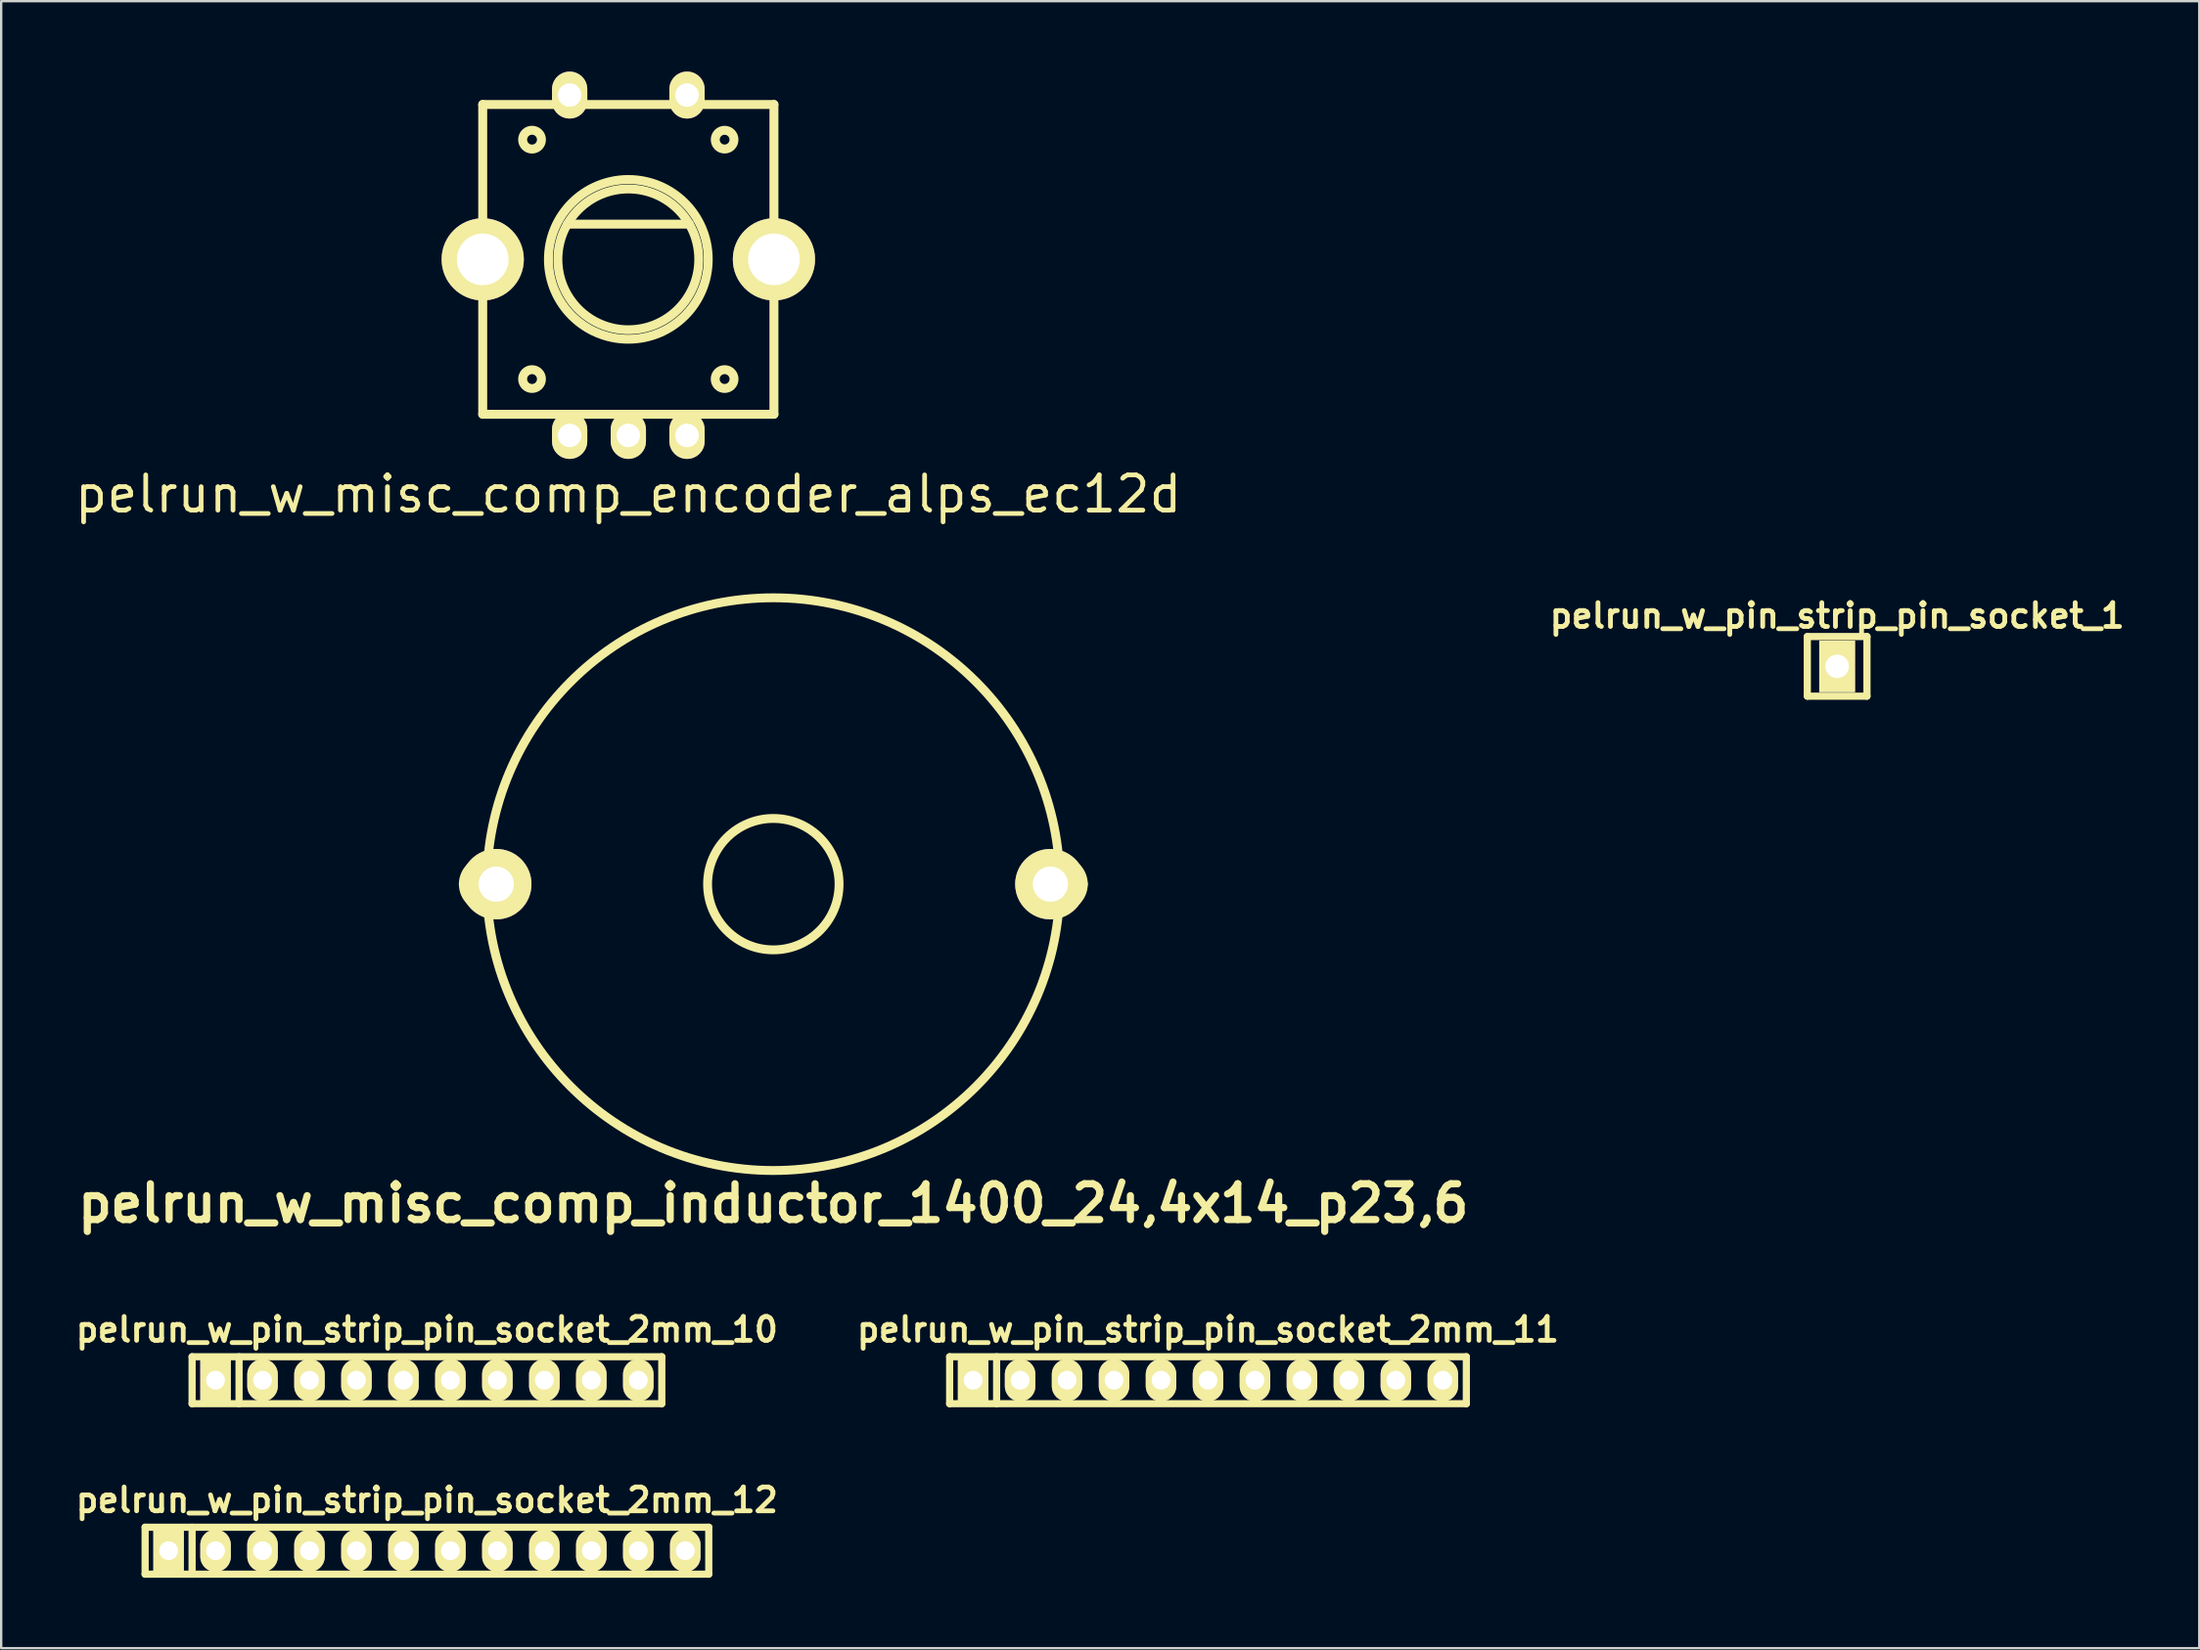
<source format=kicad_pcb>
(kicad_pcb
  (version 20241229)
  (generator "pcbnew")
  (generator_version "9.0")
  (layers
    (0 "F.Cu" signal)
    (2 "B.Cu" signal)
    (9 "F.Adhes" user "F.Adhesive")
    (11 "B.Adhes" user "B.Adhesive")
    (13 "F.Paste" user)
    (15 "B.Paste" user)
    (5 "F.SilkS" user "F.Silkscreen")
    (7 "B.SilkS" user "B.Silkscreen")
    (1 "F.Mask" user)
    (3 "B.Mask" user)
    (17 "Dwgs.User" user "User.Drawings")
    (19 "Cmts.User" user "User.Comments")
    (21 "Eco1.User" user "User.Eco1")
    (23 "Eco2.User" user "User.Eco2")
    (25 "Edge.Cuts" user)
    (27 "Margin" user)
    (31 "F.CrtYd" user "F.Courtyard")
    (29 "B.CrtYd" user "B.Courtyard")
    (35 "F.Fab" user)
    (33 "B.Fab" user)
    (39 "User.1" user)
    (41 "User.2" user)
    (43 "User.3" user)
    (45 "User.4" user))
  (footprint "pelrun_w_pin_strip_pin_socket_1"
    (layer "F.Cu")
    (at 75.175 25.34)
    (property "Reference" "pelrun_w_pin_strip_pin_socket_1" (at 0 -2.159 0) (layer "F.SilkS") (effects (font (size 1.016 1.016) (thickness 0.203))))
    (attr through_hole)
    (fp_line (start -1.27 -1.27) (end 1.27 -1.27) (stroke (width 0.305) (type solid)) (layer "F.SilkS"))
    (fp_line (start -1.27 1.27) (end -1.27 -1.27) (stroke (width 0.305) (type solid)) (layer "F.SilkS"))
    (fp_line (start 1.27 -1.27) (end 1.27 1.27) (stroke (width 0.305) (type solid)) (layer "F.SilkS"))
    (fp_line (start 1.27 1.27) (end -1.27 1.27) (stroke (width 0.305) (type solid)) (layer "F.SilkS"))
    (pad "1" thru_hole rect (at 0 0) (size 1.524 2.2) (drill 1.001) (layers "*.Cu" "*.Mask" "F.SilkS")))
  (footprint "pelrun_w_misc_comp_inductor_1400_24,4x14_p23,6"
    (layer "F.Cu")
    (at 29.878 34.619)
    (property "Reference" "pelrun_w_misc_comp_inductor_1400_24,4x14_p23,6" (at 0 13.599 0) (layer "F.SilkS") (effects (font (size 1.524 1.524) (thickness 0.305))))
    (attr through_hole)
    (fp_arc (start -13.20038 0) (mid -12.907264 -0.707644) (end -12.19962 -1.00076) (stroke (width 0.37846) (type solid)) (layer "F.SilkS"))
    (fp_arc (start -12.19962 1.00076) (mid -12.907264 0.707644) (end -13.20038 0) (stroke (width 0.37846) (type solid)) (layer "F.SilkS"))
    (fp_arc (start 12.19962 -1.00076) (mid 12.907264 -0.707644) (end 13.20038 0) (stroke (width 0.37846) (type solid)) (layer "F.SilkS"))
    (fp_arc (start 13.20038 0) (mid 12.907264 0.707644) (end 12.19962 1.00076) (stroke (width 0.37846) (type solid)) (layer "F.SilkS"))
    (fp_circle (center 0 0) (end -12.2 0) (stroke (width 0.378) (type solid)) (fill no) (layer "F.SilkS"))
    (fp_circle (center 0 0) (end -2.799 0) (stroke (width 0.378) (type solid)) (fill no) (layer "F.SilkS"))
    (pad "1" thru_hole circle (at 11.798 0) (size 3 3) (drill 1.499) (layers "*.Cu" "*.Mask" "F.SilkS"))
    (pad "2" thru_hole circle (at -11.798 0) (size 3 3) (drill 1.499) (layers "*.Cu" "*.Mask" "F.SilkS")))
  (footprint "pelrun_w_misc_comp_encoder_alps_ec12d"
    (layer "F.Cu")
    (at 23.704 8)
    (property "Reference" "pelrun_w_misc_comp_encoder_alps_ec12d" (at 0 10 0) (layer "F.SilkS") (effects (font (size 1.501 1.501) (thickness 0.201))))
    (attr through_hole)
    (fp_line (start -6.2 -6.599) (end -6.2 6.599) (stroke (width 0.381) (type solid)) (layer "F.SilkS"))
    (fp_line (start -6.2 6.599) (end 6.2 6.599) (stroke (width 0.381) (type solid)) (layer "F.SilkS"))
    (fp_line (start -2.601 -1.501) (end 2.601 -1.501) (stroke (width 0.381) (type solid)) (layer "F.SilkS"))
    (fp_line (start 6.2 -6.599) (end -6.2 -6.599) (stroke (width 0.381) (type solid)) (layer "F.SilkS"))
    (fp_line (start 6.2 6.599) (end 6.2 -6.599) (stroke (width 0.381) (type solid)) (layer "F.SilkS"))
    (fp_circle (center -4.1 -5.1) (end -4.501 -5.1) (stroke (width 0.381) (type solid)) (fill no) (layer "F.SilkS"))
    (fp_circle (center -4.1 5.1) (end -4.501 5.1) (stroke (width 0.381) (type solid)) (fill no) (layer "F.SilkS"))
    (fp_circle (center 0 0) (end -3.401 0) (stroke (width 0.381) (type solid)) (fill no) (layer "F.SilkS"))
    (fp_circle (center 0 0) (end -3 0) (stroke (width 0.381) (type solid)) (fill no) (layer "F.SilkS"))
    (fp_circle (center 4.1 -5.1) (end 3.701 -5.1) (stroke (width 0.381) (type solid)) (fill no) (layer "F.SilkS"))
    (fp_circle (center 4.1 5.1) (end 4.501 5.1) (stroke (width 0.381) (type solid)) (fill no) (layer "F.SilkS"))
    (pad "" thru_hole circle (at -6.2 0) (size 3.5 3.5) (drill 2.2) (layers "*.Cu" "*.Mask" "F.SilkS"))
    (pad "" thru_hole circle (at 6.2 0) (size 3.5 3.5) (drill 2.2) (layers "*.Cu" "*.Mask" "F.SilkS"))
    (pad "1" thru_hole oval (at -2.499 7.501) (size 1.501 1.999) (drill 1.001) (layers "*.Cu" "*.Mask" "F.SilkS"))
    (pad "2" thru_hole oval (at 0 7.501) (size 1.501 1.999) (drill 1.001) (layers "*.Cu" "*.Mask" "F.SilkS"))
    (pad "3" thru_hole oval (at 2.499 7.501) (size 1.501 1.999) (drill 1.001) (layers "*.Cu" "*.Mask" "F.SilkS"))
    (pad "4" thru_hole oval (at 2.499 -7) (size 1.501 1.999) (drill 1.001) (layers "*.Cu" "*.Mask" "F.SilkS"))
    (pad "5" thru_hole oval (at -2.499 -7) (size 1.501 1.999) (drill 1.001) (layers "*.Cu" "*.Mask" "F.SilkS")))
  (footprint "pelrun_w_pin_strip_pin_socket_2mm_10"
    (layer "F.Cu")
    (at 15.129 55.754)
    (property "Reference" "pelrun_w_pin_strip_pin_socket_2mm_10" (at 0 -2.159 0) (layer "F.SilkS") (effects (font (size 1.016 1.016) (thickness 0.203))))
    (attr through_hole)
    (fp_line (start -10 -1) (end 10 -1) (stroke (width 0.305) (type solid)) (layer "F.SilkS"))
    (fp_line (start -10 1) (end -10 -1) (stroke (width 0.305) (type solid)) (layer "F.SilkS"))
    (fp_line (start -8 -1) (end -8 1) (stroke (width 0.305) (type solid)) (layer "F.SilkS"))
    (fp_line (start 10 -1) (end 10 1) (stroke (width 0.305) (type solid)) (layer "F.SilkS"))
    (fp_line (start 10 1) (end -10 1) (stroke (width 0.305) (type solid)) (layer "F.SilkS"))
    (pad "1" thru_hole rect (at -9 0) (size 1.3 1.8) (drill 0.8) (layers "*.Cu" "*.Mask" "F.SilkS"))
    (pad "2" thru_hole oval (at -7 0) (size 1.3 1.8) (drill 0.8) (layers "*.Cu" "*.Mask" "F.SilkS"))
    (pad "3" thru_hole oval (at -5 0) (size 1.3 1.8) (drill 0.8) (layers "*.Cu" "*.Mask" "F.SilkS"))
    (pad "4" thru_hole oval (at -3 0) (size 1.3 1.8) (drill 0.8) (layers "*.Cu" "*.Mask" "F.SilkS"))
    (pad "5" thru_hole oval (at -1 0) (size 1.3 1.8) (drill 0.8) (layers "*.Cu" "*.Mask" "F.SilkS"))
    (pad "6" thru_hole oval (at 1 0) (size 1.3 1.8) (drill 0.8) (layers "*.Cu" "*.Mask" "F.SilkS"))
    (pad "7" thru_hole oval (at 3 0) (size 1.3 1.8) (drill 0.8) (layers "*.Cu" "*.Mask" "F.SilkS"))
    (pad "8" thru_hole oval (at 5 0) (size 1.3 1.8) (drill 0.8) (layers "*.Cu" "*.Mask" "F.SilkS"))
    (pad "9" thru_hole oval (at 7 0) (size 1.3 1.8) (drill 0.8) (layers "*.Cu" "*.Mask" "F.SilkS"))
    (pad "10" thru_hole oval (at 9 0) (size 1.3 1.8) (drill 0.8) (layers "*.Cu" "*.Mask" "F.SilkS")))
  (footprint "pelrun_w_pin_strip_pin_socket_2mm_12"
    (layer "F.Cu")
    (at 15.129 63.017)
    (property "Reference" "pelrun_w_pin_strip_pin_socket_2mm_12" (at 0 -2.159 0) (layer "F.SilkS") (effects (font (size 1.016 1.016) (thickness 0.203))))
    (attr through_hole)
    (fp_line (start -12 -1) (end 12 -1) (stroke (width 0.305) (type solid)) (layer "F.SilkS"))
    (fp_line (start -12 1) (end -12 -1) (stroke (width 0.305) (type solid)) (layer "F.SilkS"))
    (fp_line (start -10 -1) (end -10 1) (stroke (width 0.305) (type solid)) (layer "F.SilkS"))
    (fp_line (start 12 -1) (end 12 1) (stroke (width 0.305) (type solid)) (layer "F.SilkS"))
    (fp_line (start 12 1) (end -12 1) (stroke (width 0.305) (type solid)) (layer "F.SilkS"))
    (pad "1" thru_hole rect (at -11 0) (size 1.3 1.8) (drill 0.8) (layers "*.Cu" "*.Mask" "F.SilkS"))
    (pad "2" thru_hole oval (at -9 0) (size 1.3 1.8) (drill 0.8) (layers "*.Cu" "*.Mask" "F.SilkS"))
    (pad "3" thru_hole oval (at -7 0) (size 1.3 1.8) (drill 0.8) (layers "*.Cu" "*.Mask" "F.SilkS"))
    (pad "4" thru_hole oval (at -5 0) (size 1.3 1.8) (drill 0.8) (layers "*.Cu" "*.Mask" "F.SilkS"))
    (pad "5" thru_hole oval (at -3 0) (size 1.3 1.8) (drill 0.8) (layers "*.Cu" "*.Mask" "F.SilkS"))
    (pad "6" thru_hole oval (at -1 0) (size 1.3 1.8) (drill 0.8) (layers "*.Cu" "*.Mask" "F.SilkS"))
    (pad "7" thru_hole oval (at 1 0) (size 1.3 1.8) (drill 0.8) (layers "*.Cu" "*.Mask" "F.SilkS"))
    (pad "8" thru_hole oval (at 3 0) (size 1.3 1.8) (drill 0.8) (layers "*.Cu" "*.Mask" "F.SilkS"))
    (pad "9" thru_hole oval (at 5 0) (size 1.3 1.8) (drill 0.8) (layers "*.Cu" "*.Mask" "F.SilkS"))
    (pad "10" thru_hole oval (at 7 0) (size 1.3 1.8) (drill 0.8) (layers "*.Cu" "*.Mask" "F.SilkS"))
    (pad "11" thru_hole oval (at 9 0) (size 1.3 1.8) (drill 0.8) (layers "*.Cu" "*.Mask" "F.SilkS"))
    (pad "12" thru_hole oval (at 11 0) (size 1.3 1.8) (drill 0.8) (layers "*.Cu" "*.Mask" "F.SilkS")))
  (footprint "pelrun_w_pin_strip_pin_socket_2mm_11"
    (layer "F.Cu")
    (at 48.386 55.754)
    (property "Reference" "pelrun_w_pin_strip_pin_socket_2mm_11" (at 0 -2.159 0) (layer "F.SilkS") (effects (font (size 1.016 1.016) (thickness 0.203))))
    (attr through_hole)
    (fp_line (start -11 -1) (end 11 -1) (stroke (width 0.305) (type solid)) (layer "F.SilkS"))
    (fp_line (start -11 1) (end -11 -1) (stroke (width 0.305) (type solid)) (layer "F.SilkS"))
    (fp_line (start -9 -1) (end -9 1) (stroke (width 0.305) (type solid)) (layer "F.SilkS"))
    (fp_line (start 11 -1) (end 11 1) (stroke (width 0.305) (type solid)) (layer "F.SilkS"))
    (fp_line (start 11 1) (end -11 1) (stroke (width 0.305) (type solid)) (layer "F.SilkS"))
    (pad "1" thru_hole rect (at -10 0) (size 1.3 1.8) (drill 0.8) (layers "*.Cu" "*.Mask" "F.SilkS"))
    (pad "2" thru_hole oval (at -8 0) (size 1.3 1.8) (drill 0.8) (layers "*.Cu" "*.Mask" "F.SilkS"))
    (pad "3" thru_hole oval (at -6 0) (size 1.3 1.8) (drill 0.8) (layers "*.Cu" "*.Mask" "F.SilkS"))
    (pad "4" thru_hole oval (at -4 0) (size 1.3 1.8) (drill 0.8) (layers "*.Cu" "*.Mask" "F.SilkS"))
    (pad "5" thru_hole oval (at -2 0) (size 1.3 1.8) (drill 0.8) (layers "*.Cu" "*.Mask" "F.SilkS"))
    (pad "6" thru_hole oval (at 0 0) (size 1.3 1.8) (drill 0.8) (layers "*.Cu" "*.Mask" "F.SilkS"))
    (pad "7" thru_hole oval (at 2 0) (size 1.3 1.8) (drill 0.8) (layers "*.Cu" "*.Mask" "F.SilkS"))
    (pad "8" thru_hole oval (at 4 0) (size 1.3 1.8) (drill 0.8) (layers "*.Cu" "*.Mask" "F.SilkS"))
    (pad "9" thru_hole oval (at 6 0) (size 1.3 1.8) (drill 0.8) (layers "*.Cu" "*.Mask" "F.SilkS"))
    (pad "10" thru_hole oval (at 8 0) (size 1.3 1.8) (drill 0.8) (layers "*.Cu" "*.Mask" "F.SilkS"))
    (pad "11" thru_hole oval (at 10 0) (size 1.3 1.8) (drill 0.8) (layers "*.Cu" "*.Mask" "F.SilkS")))
  (gr_rect
    (start -3 -3)
    (end 90.594 67.169)
    (stroke (width 0.1) (type default))
    (fill no)
    (layer "Edge.Cuts")))
</source>
